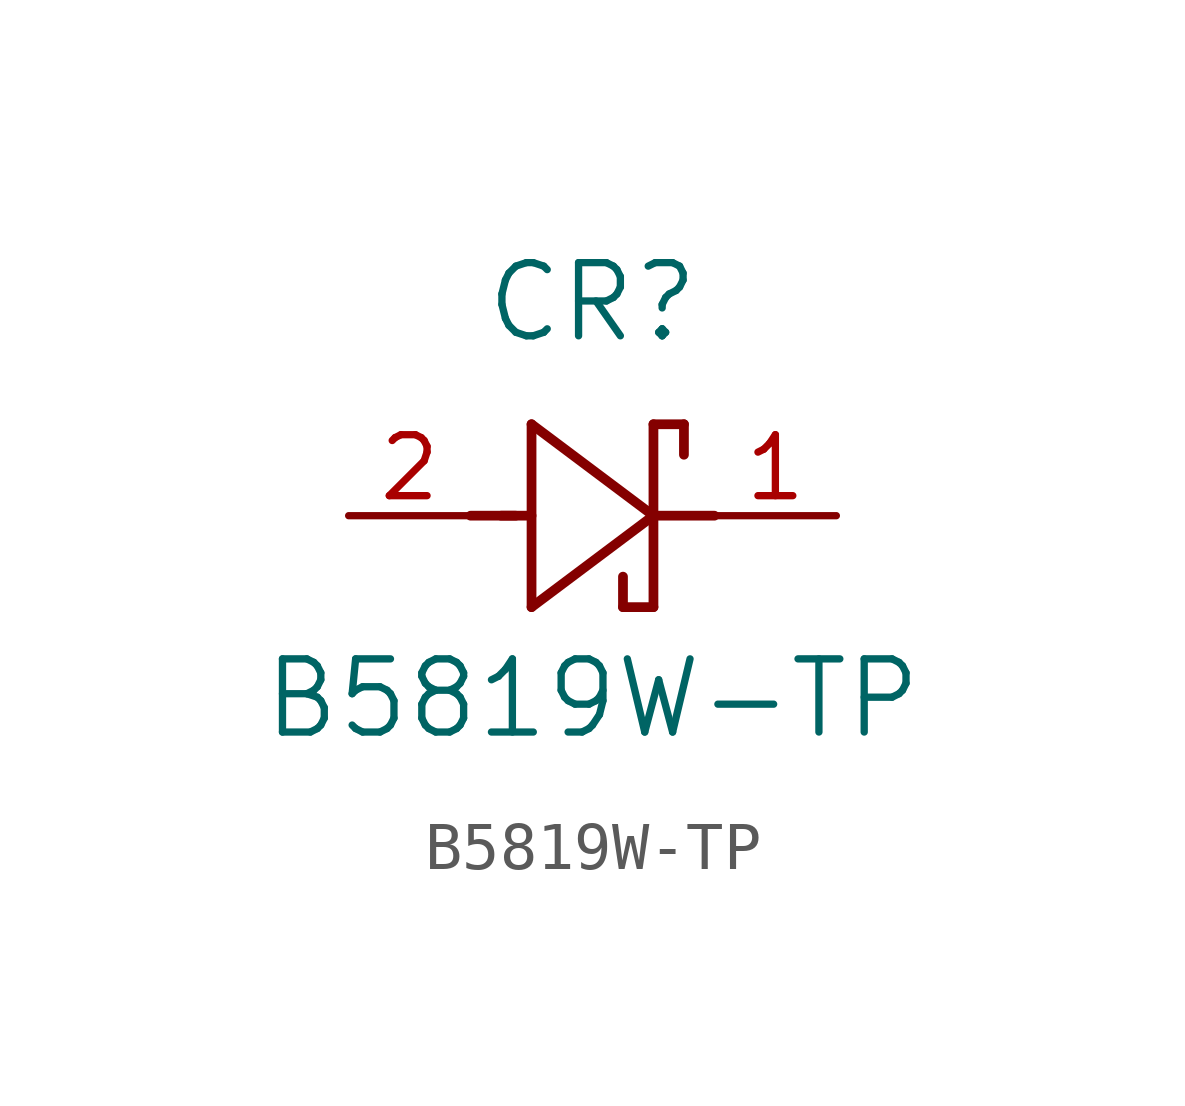
<source format=kicad_sym>
(kicad_symbol_lib
  (version 20211014)
  (generator kicad_symbol_editor)
  (symbol "B5819W-TP"
    (pin_names
      (offset 0.254))
    (property "Reference" "CR"
      (at 5.08 4.445 0)
      (effects (font (size 1.524 1.524))))
    (property "Value" "B5819W-TP"
      (at 5.08 -3.81 0)
      (effects (font (size 1.524 1.524))))
    (symbol "B5819W-TP_0_1"
      (polyline (pts (xy 2.54 0) (xy 3.48 0)) (stroke (width 0.203) (type default) (color 0 0 0 0)) (fill (type none)))
      (polyline (pts (xy 3.175 0) (xy 3.81 0)) (stroke (width 0.203) (type default) (color 0 0 0 0)) (fill (type none)))
      (polyline (pts (xy 3.81 -1.905) (xy 6.35 0)) (stroke (width 0.203) (type default) (color 0 0 0 0)) (fill (type none)))
      (polyline (pts (xy 6.35 -1.905) (xy 5.715 -1.905)) (stroke (width 0.203) (type default) (color 0 0 0 0)) (fill (type none)))
      (polyline (pts (xy 6.35 1.905) (xy 6.985 1.905)) (stroke (width 0.203) (type default) (color 0 0 0 0)) (fill (type none)))
      (polyline (pts (xy 3.81 1.905) (xy 3.81 -1.905)) (stroke (width 0.203) (type default) (color 0 0 0 0)) (fill (type none)))
      (polyline (pts (xy 6.35 -1.905) (xy 6.35 1.905)) (stroke (width 0.203) (type default) (color 0 0 0 0)) (fill (type none)))
      (polyline (pts (xy 6.35 0) (xy 3.81 1.905)) (stroke (width 0.203) (type default) (color 0 0 0 0)) (fill (type none)))
      (polyline (pts (xy 6.35 0) (xy 7.62 0)) (stroke (width 0.203) (type default) (color 0 0 0 0)) (fill (type none)))
      (polyline (pts (xy 6.985 1.905) (xy 6.985 1.27)) (stroke (width 0.203) (type default) (color 0 0 0 0)) (fill (type none)))
      (polyline (pts (xy 5.715 -1.905) (xy 5.715 -1.27)) (stroke (width 0.203) (type default) (color 0 0 0 0)) (fill (type none)))
      (pin unspecified line (at 0 0 0) (length 2.54) (name "" (effects (font (size 1.27 1.27)))) (number "2" (effects (font (size 1.27 1.27)))))
      (pin unspecified line (at 10.16 0 180) (length 2.54) (name "" (effects (font (size 1.27 1.27)))) (number "1" (effects (font (size 1.27 1.27))))))))
</source>
